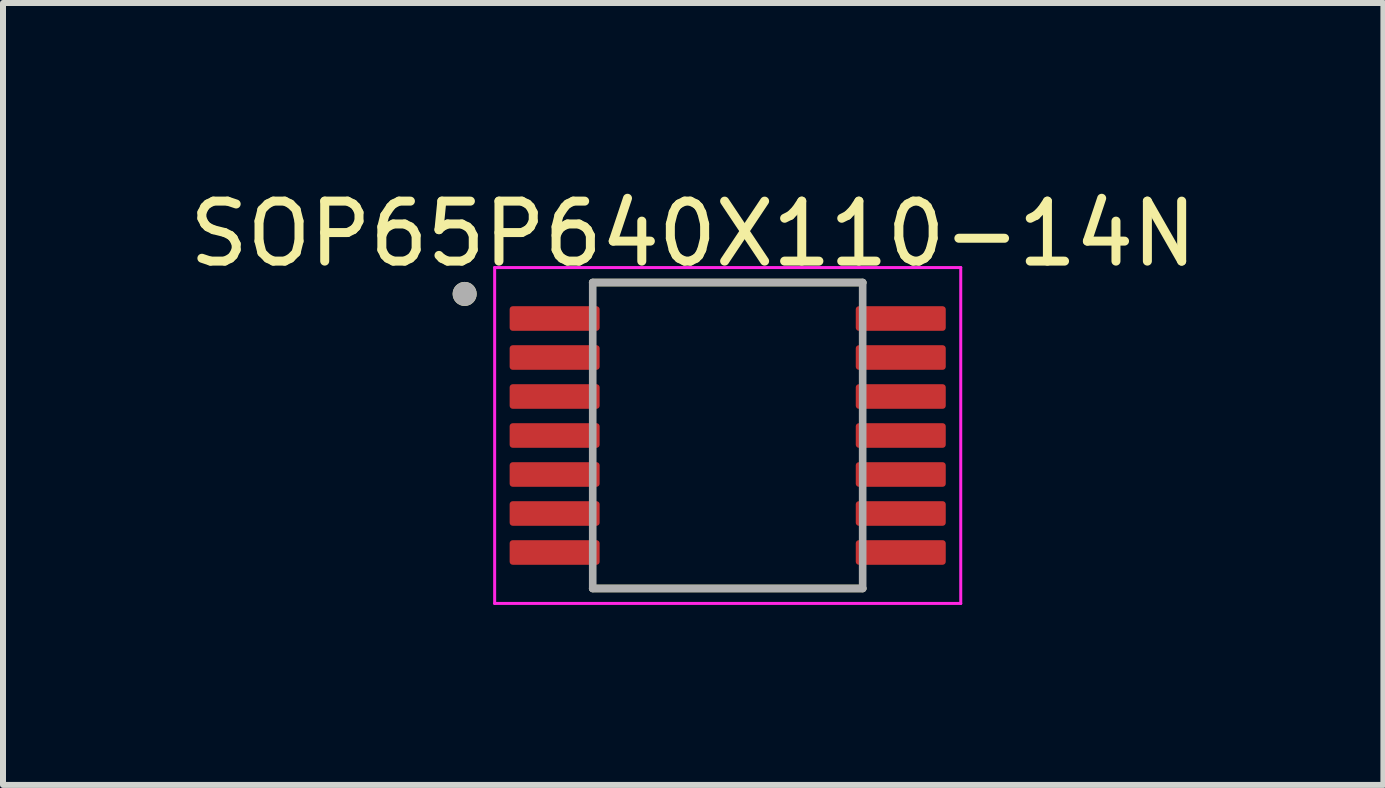
<source format=kicad_pcb>
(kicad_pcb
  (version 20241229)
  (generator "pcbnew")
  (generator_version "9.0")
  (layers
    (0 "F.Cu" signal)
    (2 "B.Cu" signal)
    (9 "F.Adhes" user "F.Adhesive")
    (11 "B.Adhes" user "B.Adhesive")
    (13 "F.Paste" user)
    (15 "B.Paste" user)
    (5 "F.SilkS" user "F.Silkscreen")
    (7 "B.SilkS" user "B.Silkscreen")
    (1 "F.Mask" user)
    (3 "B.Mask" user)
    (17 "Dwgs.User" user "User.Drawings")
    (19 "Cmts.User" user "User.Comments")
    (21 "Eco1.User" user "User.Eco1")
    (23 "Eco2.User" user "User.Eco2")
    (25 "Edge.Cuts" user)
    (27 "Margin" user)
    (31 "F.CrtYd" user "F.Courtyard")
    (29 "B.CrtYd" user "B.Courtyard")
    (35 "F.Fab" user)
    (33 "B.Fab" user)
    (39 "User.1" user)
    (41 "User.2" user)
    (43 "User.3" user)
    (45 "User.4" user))
  (footprint "SOP65P640X110-14N"
    (layer "F.Cu")
    (at 9.081 4.21)
    (property "Reference" "SOP65P640X110-14N" (at -0.575 -3.362 0) (layer "F.SilkS") (effects (font (size 1 1) (thickness 0.15))))
    (attr smd)
    (fp_line (start -2.25 -2.55) (end 2.25 -2.55) (stroke (width 0.127) (type solid)) (layer "F.SilkS"))
    (fp_line (start -2.25 2.55) (end 2.25 2.55) (stroke (width 0.127) (type solid)) (layer "F.SilkS"))
    (fp_circle (center -4.385 -2.36) (end -4.285 -2.36) (stroke (width 0.2) (type solid)) (fill no) (layer "F.SilkS"))
    (fp_line (start -3.885 -2.8) (end -3.885 2.8) (stroke (width 0.05) (type solid)) (layer "F.CrtYd"))
    (fp_line (start -3.885 -2.8) (end 3.885 -2.8) (stroke (width 0.05) (type solid)) (layer "F.CrtYd"))
    (fp_line (start -3.885 2.8) (end 3.885 2.8) (stroke (width 0.05) (type solid)) (layer "F.CrtYd"))
    (fp_line (start 3.885 -2.8) (end 3.885 2.8) (stroke (width 0.05) (type solid)) (layer "F.CrtYd"))
    (fp_line (start -2.25 -2.55) (end -2.25 2.55) (stroke (width 0.127) (type solid)) (layer "F.Fab"))
    (fp_line (start -2.25 -2.55) (end 2.25 -2.55) (stroke (width 0.127) (type solid)) (layer "F.Fab"))
    (fp_line (start -2.25 2.55) (end 2.25 2.55) (stroke (width 0.127) (type solid)) (layer "F.Fab"))
    (fp_line (start 2.25 -2.55) (end 2.25 2.55) (stroke (width 0.127) (type solid)) (layer "F.Fab"))
    (fp_circle (center -4.385 -2.36) (end -4.285 -2.36) (stroke (width 0.2) (type solid)) (fill no) (layer "F.Fab"))
    (pad "1" smd roundrect (at -2.885 -1.95) (size 1.5 0.41) (layers "F.Cu" "F.Mask" "F.Paste") (roundrect_rratio 0.125))
    (pad "2" smd roundrect (at -2.885 -1.3) (size 1.5 0.41) (layers "F.Cu" "F.Mask" "F.Paste") (roundrect_rratio 0.125))
    (pad "3" smd roundrect (at -2.885 -0.65) (size 1.5 0.41) (layers "F.Cu" "F.Mask" "F.Paste") (roundrect_rratio 0.125))
    (pad "4" smd roundrect (at -2.885 0) (size 1.5 0.41) (layers "F.Cu" "F.Mask" "F.Paste") (roundrect_rratio 0.125))
    (pad "5" smd roundrect (at -2.885 0.65) (size 1.5 0.41) (layers "F.Cu" "F.Mask" "F.Paste") (roundrect_rratio 0.125))
    (pad "6" smd roundrect (at -2.885 1.3) (size 1.5 0.41) (layers "F.Cu" "F.Mask" "F.Paste") (roundrect_rratio 0.125))
    (pad "7" smd roundrect (at -2.885 1.95) (size 1.5 0.41) (layers "F.Cu" "F.Mask" "F.Paste") (roundrect_rratio 0.125))
    (pad "8" smd roundrect (at 2.885 1.95) (size 1.5 0.41) (layers "F.Cu" "F.Mask" "F.Paste") (roundrect_rratio 0.125))
    (pad "9" smd roundrect (at 2.885 1.3) (size 1.5 0.41) (layers "F.Cu" "F.Mask" "F.Paste") (roundrect_rratio 0.125))
    (pad "10" smd roundrect (at 2.885 0.65) (size 1.5 0.41) (layers "F.Cu" "F.Mask" "F.Paste") (roundrect_rratio 0.125))
    (pad "11" smd roundrect (at 2.885 0) (size 1.5 0.41) (layers "F.Cu" "F.Mask" "F.Paste") (roundrect_rratio 0.125))
    (pad "12" smd roundrect (at 2.885 -0.65) (size 1.5 0.41) (layers "F.Cu" "F.Mask" "F.Paste") (roundrect_rratio 0.125))
    (pad "13" smd roundrect (at 2.885 -1.3) (size 1.5 0.41) (layers "F.Cu" "F.Mask" "F.Paste") (roundrect_rratio 0.125))
    (pad "14" smd roundrect (at 2.885 -1.95) (size 1.5 0.41) (layers "F.Cu" "F.Mask" "F.Paste") (roundrect_rratio 0.125)))
  (gr_rect
    (start -3 -3)
    (end 20.012 10.035)
    (stroke (width 0.1) (type default))
    (fill no)
    (layer "Edge.Cuts")))
</source>
